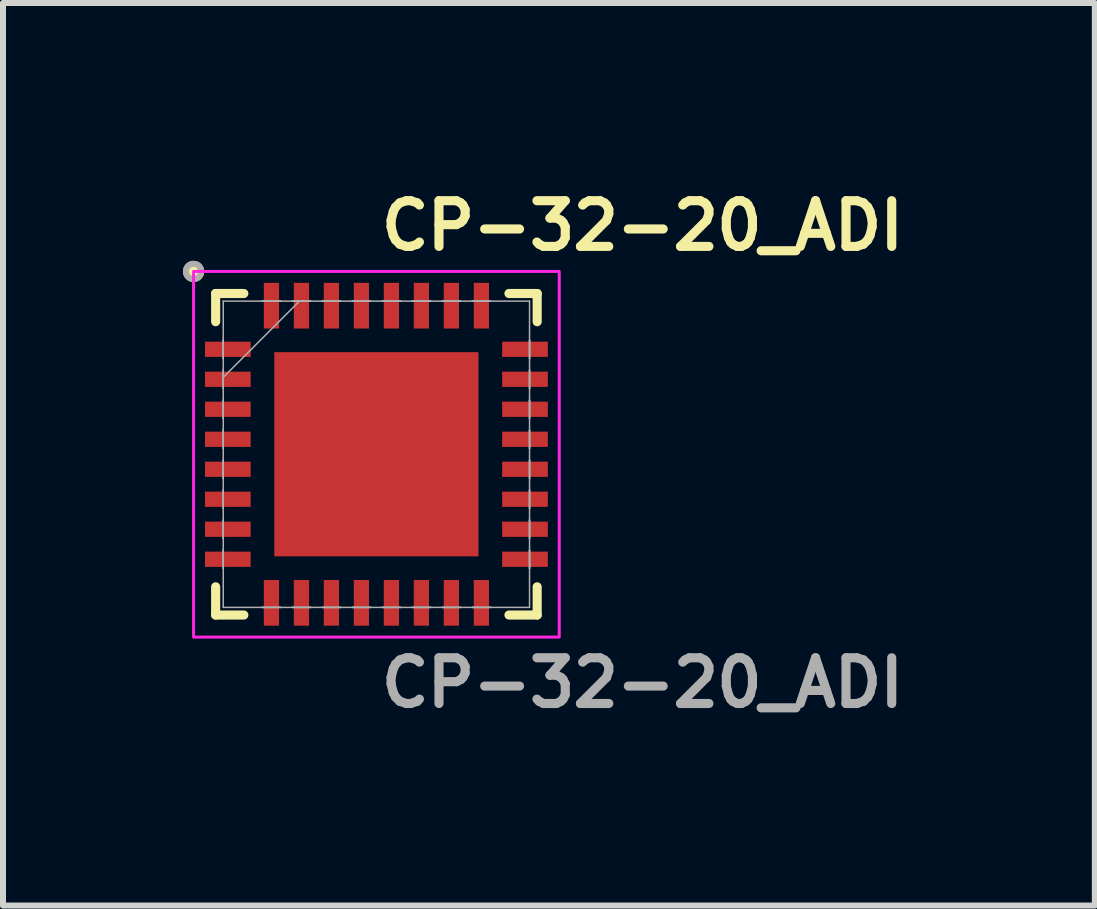
<source format=kicad_pcb>
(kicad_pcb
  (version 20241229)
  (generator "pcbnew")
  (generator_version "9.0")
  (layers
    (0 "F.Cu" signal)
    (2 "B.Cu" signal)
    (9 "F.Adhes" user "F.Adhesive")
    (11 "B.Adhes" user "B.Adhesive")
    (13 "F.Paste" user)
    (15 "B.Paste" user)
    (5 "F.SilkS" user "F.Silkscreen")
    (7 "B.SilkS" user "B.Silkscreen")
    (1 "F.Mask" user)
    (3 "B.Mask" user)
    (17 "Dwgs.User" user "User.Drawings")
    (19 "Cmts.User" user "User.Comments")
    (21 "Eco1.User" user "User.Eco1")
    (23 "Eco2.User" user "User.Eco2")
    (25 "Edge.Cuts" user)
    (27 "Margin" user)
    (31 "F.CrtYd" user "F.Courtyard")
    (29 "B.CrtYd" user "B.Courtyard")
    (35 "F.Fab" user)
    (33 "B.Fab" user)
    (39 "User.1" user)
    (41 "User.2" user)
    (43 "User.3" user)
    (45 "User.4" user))
  (footprint "CP-32-20_ADI"
    (layer "F.Cu")
    (at 3.225 4.523)
    (property "Reference" "CP-32-20_ADI" (at 0 -3.81 0) (unlocked yes) (layer "F.SilkS") (effects (font (size 0.762 0.762) (thickness 0.152) (bold yes)) (justify left)))
    (attr smd)
    (fp_line (start -2.68 -2.68) (end -2.68 -2.21) (stroke (width 0.152) (type solid)) (layer "F.SilkS"))
    (fp_line (start -2.68 2.21) (end -2.68 2.68) (stroke (width 0.152) (type solid)) (layer "F.SilkS"))
    (fp_line (start -2.68 2.68) (end -2.21 2.68) (stroke (width 0.152) (type solid)) (layer "F.SilkS"))
    (fp_line (start -2.21 -2.68) (end -2.68 -2.68) (stroke (width 0.152) (type solid)) (layer "F.SilkS"))
    (fp_line (start 2.21 2.68) (end 2.68 2.68) (stroke (width 0.152) (type solid)) (layer "F.SilkS"))
    (fp_line (start 2.68 -2.68) (end 2.21 -2.68) (stroke (width 0.152) (type solid)) (layer "F.SilkS"))
    (fp_line (start 2.68 -2.21) (end 2.68 -2.68) (stroke (width 0.152) (type solid)) (layer "F.SilkS"))
    (fp_line (start 2.68 2.68) (end 2.68 2.21) (stroke (width 0.152) (type solid)) (layer "F.SilkS"))
    (fp_circle (center -3.048 -3.048) (end -2.921 -3.048) (stroke (width 0.1) (type solid)) (fill yes) (layer "F.SilkS"))
    (fp_rect (start -3.048 -3.048) (end 3.048 3.048) (stroke (width 0.05) (type solid)) (fill no) (layer "F.CrtYd"))
    (fp_line (start -2.553 -2.553) (end -2.553 2.553) (stroke (width 0.025) (type solid)) (layer "F.Fab"))
    (fp_line (start -2.553 -1.902) (end -2.553 -1.902) (stroke (width 0.025) (type solid)) (layer "F.Fab"))
    (fp_line (start -2.553 -1.902) (end -2.553 -1.598) (stroke (width 0.025) (type solid)) (layer "F.Fab"))
    (fp_line (start -2.553 -1.598) (end -2.553 -1.902) (stroke (width 0.025) (type solid)) (layer "F.Fab"))
    (fp_line (start -2.553 -1.598) (end -2.553 -1.598) (stroke (width 0.025) (type solid)) (layer "F.Fab"))
    (fp_line (start -2.553 -1.402) (end -2.553 -1.402) (stroke (width 0.025) (type solid)) (layer "F.Fab"))
    (fp_line (start -2.553 -1.402) (end -2.553 -1.098) (stroke (width 0.025) (type solid)) (layer "F.Fab"))
    (fp_line (start -2.553 -1.283) (end -1.283 -2.553) (stroke (width 0.025) (type solid)) (layer "F.Fab"))
    (fp_line (start -2.553 -1.098) (end -2.553 -1.402) (stroke (width 0.025) (type solid)) (layer "F.Fab"))
    (fp_line (start -2.553 -1.098) (end -2.553 -1.098) (stroke (width 0.025) (type solid)) (layer "F.Fab"))
    (fp_line (start -2.553 -0.902) (end -2.553 -0.902) (stroke (width 0.025) (type solid)) (layer "F.Fab"))
    (fp_line (start -2.553 -0.902) (end -2.553 -0.598) (stroke (width 0.025) (type solid)) (layer "F.Fab"))
    (fp_line (start -2.553 -0.598) (end -2.553 -0.902) (stroke (width 0.025) (type solid)) (layer "F.Fab"))
    (fp_line (start -2.553 -0.598) (end -2.553 -0.598) (stroke (width 0.025) (type solid)) (layer "F.Fab"))
    (fp_line (start -2.553 -0.402) (end -2.553 -0.402) (stroke (width 0.025) (type solid)) (layer "F.Fab"))
    (fp_line (start -2.553 -0.402) (end -2.553 -0.098) (stroke (width 0.025) (type solid)) (layer "F.Fab"))
    (fp_line (start -2.553 -0.098) (end -2.553 -0.402) (stroke (width 0.025) (type solid)) (layer "F.Fab"))
    (fp_line (start -2.553 -0.098) (end -2.553 -0.098) (stroke (width 0.025) (type solid)) (layer "F.Fab"))
    (fp_line (start -2.553 0.098) (end -2.553 0.098) (stroke (width 0.025) (type solid)) (layer "F.Fab"))
    (fp_line (start -2.553 0.098) (end -2.553 0.402) (stroke (width 0.025) (type solid)) (layer "F.Fab"))
    (fp_line (start -2.553 0.402) (end -2.553 0.098) (stroke (width 0.025) (type solid)) (layer "F.Fab"))
    (fp_line (start -2.553 0.402) (end -2.553 0.402) (stroke (width 0.025) (type solid)) (layer "F.Fab"))
    (fp_line (start -2.553 0.598) (end -2.553 0.598) (stroke (width 0.025) (type solid)) (layer "F.Fab"))
    (fp_line (start -2.553 0.598) (end -2.553 0.902) (stroke (width 0.025) (type solid)) (layer "F.Fab"))
    (fp_line (start -2.553 0.902) (end -2.553 0.598) (stroke (width 0.025) (type solid)) (layer "F.Fab"))
    (fp_line (start -2.553 0.902) (end -2.553 0.902) (stroke (width 0.025) (type solid)) (layer "F.Fab"))
    (fp_line (start -2.553 1.098) (end -2.553 1.098) (stroke (width 0.025) (type solid)) (layer "F.Fab"))
    (fp_line (start -2.553 1.098) (end -2.553 1.402) (stroke (width 0.025) (type solid)) (layer "F.Fab"))
    (fp_line (start -2.553 1.402) (end -2.553 1.098) (stroke (width 0.025) (type solid)) (layer "F.Fab"))
    (fp_line (start -2.553 1.402) (end -2.553 1.402) (stroke (width 0.025) (type solid)) (layer "F.Fab"))
    (fp_line (start -2.553 1.598) (end -2.553 1.598) (stroke (width 0.025) (type solid)) (layer "F.Fab"))
    (fp_line (start -2.553 1.598) (end -2.553 1.902) (stroke (width 0.025) (type solid)) (layer "F.Fab"))
    (fp_line (start -2.553 1.902) (end -2.553 1.598) (stroke (width 0.025) (type solid)) (layer "F.Fab"))
    (fp_line (start -2.553 1.902) (end -2.553 1.902) (stroke (width 0.025) (type solid)) (layer "F.Fab"))
    (fp_line (start -2.553 2.553) (end 2.553 2.553) (stroke (width 0.025) (type solid)) (layer "F.Fab"))
    (fp_line (start -1.902 -2.553) (end -1.902 -2.553) (stroke (width 0.025) (type solid)) (layer "F.Fab"))
    (fp_line (start -1.902 -2.553) (end -1.598 -2.553) (stroke (width 0.025) (type solid)) (layer "F.Fab"))
    (fp_line (start -1.902 2.553) (end -1.902 2.553) (stroke (width 0.025) (type solid)) (layer "F.Fab"))
    (fp_line (start -1.902 2.553) (end -1.598 2.553) (stroke (width 0.025) (type solid)) (layer "F.Fab"))
    (fp_line (start -1.598 -2.553) (end -1.902 -2.553) (stroke (width 0.025) (type solid)) (layer "F.Fab"))
    (fp_line (start -1.598 -2.553) (end -1.598 -2.553) (stroke (width 0.025) (type solid)) (layer "F.Fab"))
    (fp_line (start -1.598 2.553) (end -1.902 2.553) (stroke (width 0.025) (type solid)) (layer "F.Fab"))
    (fp_line (start -1.598 2.553) (end -1.598 2.553) (stroke (width 0.025) (type solid)) (layer "F.Fab"))
    (fp_line (start -1.402 -2.553) (end -1.402 -2.553) (stroke (width 0.025) (type solid)) (layer "F.Fab"))
    (fp_line (start -1.402 -2.553) (end -1.098 -2.553) (stroke (width 0.025) (type solid)) (layer "F.Fab"))
    (fp_line (start -1.402 2.553) (end -1.402 2.553) (stroke (width 0.025) (type solid)) (layer "F.Fab"))
    (fp_line (start -1.402 2.553) (end -1.098 2.553) (stroke (width 0.025) (type solid)) (layer "F.Fab"))
    (fp_line (start -1.098 -2.553) (end -1.402 -2.553) (stroke (width 0.025) (type solid)) (layer "F.Fab"))
    (fp_line (start -1.098 -2.553) (end -1.098 -2.553) (stroke (width 0.025) (type solid)) (layer "F.Fab"))
    (fp_line (start -1.098 2.553) (end -1.402 2.553) (stroke (width 0.025) (type solid)) (layer "F.Fab"))
    (fp_line (start -1.098 2.553) (end -1.098 2.553) (stroke (width 0.025) (type solid)) (layer "F.Fab"))
    (fp_line (start -0.902 -2.553) (end -0.902 -2.553) (stroke (width 0.025) (type solid)) (layer "F.Fab"))
    (fp_line (start -0.902 -2.553) (end -0.598 -2.553) (stroke (width 0.025) (type solid)) (layer "F.Fab"))
    (fp_line (start -0.902 2.553) (end -0.902 2.553) (stroke (width 0.025) (type solid)) (layer "F.Fab"))
    (fp_line (start -0.902 2.553) (end -0.598 2.553) (stroke (width 0.025) (type solid)) (layer "F.Fab"))
    (fp_line (start -0.598 -2.553) (end -0.902 -2.553) (stroke (width 0.025) (type solid)) (layer "F.Fab"))
    (fp_line (start -0.598 -2.553) (end -0.598 -2.553) (stroke (width 0.025) (type solid)) (layer "F.Fab"))
    (fp_line (start -0.598 2.553) (end -0.902 2.553) (stroke (width 0.025) (type solid)) (layer "F.Fab"))
    (fp_line (start -0.598 2.553) (end -0.598 2.553) (stroke (width 0.025) (type solid)) (layer "F.Fab"))
    (fp_line (start -0.402 -2.553) (end -0.402 -2.553) (stroke (width 0.025) (type solid)) (layer "F.Fab"))
    (fp_line (start -0.402 -2.553) (end -0.098 -2.553) (stroke (width 0.025) (type solid)) (layer "F.Fab"))
    (fp_line (start -0.402 2.553) (end -0.402 2.553) (stroke (width 0.025) (type solid)) (layer "F.Fab"))
    (fp_line (start -0.402 2.553) (end -0.098 2.553) (stroke (width 0.025) (type solid)) (layer "F.Fab"))
    (fp_line (start -0.098 -2.553) (end -0.402 -2.553) (stroke (width 0.025) (type solid)) (layer "F.Fab"))
    (fp_line (start -0.098 -2.553) (end -0.098 -2.553) (stroke (width 0.025) (type solid)) (layer "F.Fab"))
    (fp_line (start -0.098 2.553) (end -0.402 2.553) (stroke (width 0.025) (type solid)) (layer "F.Fab"))
    (fp_line (start -0.098 2.553) (end -0.098 2.553) (stroke (width 0.025) (type solid)) (layer "F.Fab"))
    (fp_line (start 0.098 -2.553) (end 0.098 -2.553) (stroke (width 0.025) (type solid)) (layer "F.Fab"))
    (fp_line (start 0.098 -2.553) (end 0.402 -2.553) (stroke (width 0.025) (type solid)) (layer "F.Fab"))
    (fp_line (start 0.098 2.553) (end 0.098 2.553) (stroke (width 0.025) (type solid)) (layer "F.Fab"))
    (fp_line (start 0.098 2.553) (end 0.402 2.553) (stroke (width 0.025) (type solid)) (layer "F.Fab"))
    (fp_line (start 0.402 -2.553) (end 0.098 -2.553) (stroke (width 0.025) (type solid)) (layer "F.Fab"))
    (fp_line (start 0.402 -2.553) (end 0.402 -2.553) (stroke (width 0.025) (type solid)) (layer "F.Fab"))
    (fp_line (start 0.402 2.553) (end 0.098 2.553) (stroke (width 0.025) (type solid)) (layer "F.Fab"))
    (fp_line (start 0.402 2.553) (end 0.402 2.553) (stroke (width 0.025) (type solid)) (layer "F.Fab"))
    (fp_line (start 0.598 -2.553) (end 0.598 -2.553) (stroke (width 0.025) (type solid)) (layer "F.Fab"))
    (fp_line (start 0.598 -2.553) (end 0.902 -2.553) (stroke (width 0.025) (type solid)) (layer "F.Fab"))
    (fp_line (start 0.598 2.553) (end 0.598 2.553) (stroke (width 0.025) (type solid)) (layer "F.Fab"))
    (fp_line (start 0.598 2.553) (end 0.902 2.553) (stroke (width 0.025) (type solid)) (layer "F.Fab"))
    (fp_line (start 0.902 -2.553) (end 0.598 -2.553) (stroke (width 0.025) (type solid)) (layer "F.Fab"))
    (fp_line (start 0.902 -2.553) (end 0.902 -2.553) (stroke (width 0.025) (type solid)) (layer "F.Fab"))
    (fp_line (start 0.902 2.553) (end 0.598 2.553) (stroke (width 0.025) (type solid)) (layer "F.Fab"))
    (fp_line (start 0.902 2.553) (end 0.902 2.553) (stroke (width 0.025) (type solid)) (layer "F.Fab"))
    (fp_line (start 1.098 -2.553) (end 1.098 -2.553) (stroke (width 0.025) (type solid)) (layer "F.Fab"))
    (fp_line (start 1.098 -2.553) (end 1.402 -2.553) (stroke (width 0.025) (type solid)) (layer "F.Fab"))
    (fp_line (start 1.098 2.553) (end 1.098 2.553) (stroke (width 0.025) (type solid)) (layer "F.Fab"))
    (fp_line (start 1.098 2.553) (end 1.402 2.553) (stroke (width 0.025) (type solid)) (layer "F.Fab"))
    (fp_line (start 1.402 -2.553) (end 1.098 -2.553) (stroke (width 0.025) (type solid)) (layer "F.Fab"))
    (fp_line (start 1.402 -2.553) (end 1.402 -2.553) (stroke (width 0.025) (type solid)) (layer "F.Fab"))
    (fp_line (start 1.402 2.553) (end 1.098 2.553) (stroke (width 0.025) (type solid)) (layer "F.Fab"))
    (fp_line (start 1.402 2.553) (end 1.402 2.553) (stroke (width 0.025) (type solid)) (layer "F.Fab"))
    (fp_line (start 1.598 -2.553) (end 1.598 -2.553) (stroke (width 0.025) (type solid)) (layer "F.Fab"))
    (fp_line (start 1.598 -2.553) (end 1.902 -2.553) (stroke (width 0.025) (type solid)) (layer "F.Fab"))
    (fp_line (start 1.598 2.553) (end 1.598 2.553) (stroke (width 0.025) (type solid)) (layer "F.Fab"))
    (fp_line (start 1.598 2.553) (end 1.902 2.553) (stroke (width 0.025) (type solid)) (layer "F.Fab"))
    (fp_line (start 1.902 -2.553) (end 1.598 -2.553) (stroke (width 0.025) (type solid)) (layer "F.Fab"))
    (fp_line (start 1.902 -2.553) (end 1.902 -2.553) (stroke (width 0.025) (type solid)) (layer "F.Fab"))
    (fp_line (start 1.902 2.553) (end 1.598 2.553) (stroke (width 0.025) (type solid)) (layer "F.Fab"))
    (fp_line (start 1.902 2.553) (end 1.902 2.553) (stroke (width 0.025) (type solid)) (layer "F.Fab"))
    (fp_line (start 2.553 -2.553) (end -2.553 -2.553) (stroke (width 0.025) (type solid)) (layer "F.Fab"))
    (fp_line (start 2.553 -1.902) (end 2.553 -1.902) (stroke (width 0.025) (type solid)) (layer "F.Fab"))
    (fp_line (start 2.553 -1.902) (end 2.553 -1.598) (stroke (width 0.025) (type solid)) (layer "F.Fab"))
    (fp_line (start 2.553 -1.598) (end 2.553 -1.902) (stroke (width 0.025) (type solid)) (layer "F.Fab"))
    (fp_line (start 2.553 -1.598) (end 2.553 -1.598) (stroke (width 0.025) (type solid)) (layer "F.Fab"))
    (fp_line (start 2.553 -1.402) (end 2.553 -1.402) (stroke (width 0.025) (type solid)) (layer "F.Fab"))
    (fp_line (start 2.553 -1.402) (end 2.553 -1.098) (stroke (width 0.025) (type solid)) (layer "F.Fab"))
    (fp_line (start 2.553 -1.098) (end 2.553 -1.402) (stroke (width 0.025) (type solid)) (layer "F.Fab"))
    (fp_line (start 2.553 -1.098) (end 2.553 -1.098) (stroke (width 0.025) (type solid)) (layer "F.Fab"))
    (fp_line (start 2.553 -0.902) (end 2.553 -0.902) (stroke (width 0.025) (type solid)) (layer "F.Fab"))
    (fp_line (start 2.553 -0.902) (end 2.553 -0.598) (stroke (width 0.025) (type solid)) (layer "F.Fab"))
    (fp_line (start 2.553 -0.598) (end 2.553 -0.902) (stroke (width 0.025) (type solid)) (layer "F.Fab"))
    (fp_line (start 2.553 -0.598) (end 2.553 -0.598) (stroke (width 0.025) (type solid)) (layer "F.Fab"))
    (fp_line (start 2.553 -0.402) (end 2.553 -0.402) (stroke (width 0.025) (type solid)) (layer "F.Fab"))
    (fp_line (start 2.553 -0.402) (end 2.553 -0.098) (stroke (width 0.025) (type solid)) (layer "F.Fab"))
    (fp_line (start 2.553 -0.098) (end 2.553 -0.402) (stroke (width 0.025) (type solid)) (layer "F.Fab"))
    (fp_line (start 2.553 -0.098) (end 2.553 -0.098) (stroke (width 0.025) (type solid)) (layer "F.Fab"))
    (fp_line (start 2.553 0.098) (end 2.553 0.098) (stroke (width 0.025) (type solid)) (layer "F.Fab"))
    (fp_line (start 2.553 0.098) (end 2.553 0.402) (stroke (width 0.025) (type solid)) (layer "F.Fab"))
    (fp_line (start 2.553 0.402) (end 2.553 0.098) (stroke (width 0.025) (type solid)) (layer "F.Fab"))
    (fp_line (start 2.553 0.402) (end 2.553 0.402) (stroke (width 0.025) (type solid)) (layer "F.Fab"))
    (fp_line (start 2.553 0.598) (end 2.553 0.598) (stroke (width 0.025) (type solid)) (layer "F.Fab"))
    (fp_line (start 2.553 0.598) (end 2.553 0.902) (stroke (width 0.025) (type solid)) (layer "F.Fab"))
    (fp_line (start 2.553 0.902) (end 2.553 0.598) (stroke (width 0.025) (type solid)) (layer "F.Fab"))
    (fp_line (start 2.553 0.902) (end 2.553 0.902) (stroke (width 0.025) (type solid)) (layer "F.Fab"))
    (fp_line (start 2.553 1.098) (end 2.553 1.098) (stroke (width 0.025) (type solid)) (layer "F.Fab"))
    (fp_line (start 2.553 1.098) (end 2.553 1.402) (stroke (width 0.025) (type solid)) (layer "F.Fab"))
    (fp_line (start 2.553 1.402) (end 2.553 1.098) (stroke (width 0.025) (type solid)) (layer "F.Fab"))
    (fp_line (start 2.553 1.402) (end 2.553 1.402) (stroke (width 0.025) (type solid)) (layer "F.Fab"))
    (fp_line (start 2.553 1.598) (end 2.553 1.598) (stroke (width 0.025) (type solid)) (layer "F.Fab"))
    (fp_line (start 2.553 1.598) (end 2.553 1.902) (stroke (width 0.025) (type solid)) (layer "F.Fab"))
    (fp_line (start 2.553 1.902) (end 2.553 1.598) (stroke (width 0.025) (type solid)) (layer "F.Fab"))
    (fp_line (start 2.553 1.902) (end 2.553 1.902) (stroke (width 0.025) (type solid)) (layer "F.Fab"))
    (fp_line (start 2.553 2.553) (end 2.553 -2.553) (stroke (width 0.025) (type solid)) (layer "F.Fab"))
    (fp_circle (center -3.048 -3.048) (end -2.921 -3.048) (stroke (width 0.1) (type solid)) (fill no) (layer "F.Fab"))
    (fp_text user "${REFERENCE}" (at 0 3.81 0) (unlocked yes) (layer "F.Fab") (effects (font (size 0.762 0.762) (thickness 0.152) (bold yes)) (justify left)))
    (pad "1" smd rect (at -2.477 -1.75 90) (size 0.254 0.762) (layers "F.Cu" "F.Mask" "F.Paste"))
    (pad "2" smd rect (at -2.477 -1.25 90) (size 0.254 0.762) (layers "F.Cu" "F.Mask" "F.Paste"))
    (pad "3" smd rect (at -2.477 -0.75 90) (size 0.254 0.762) (layers "F.Cu" "F.Mask" "F.Paste"))
    (pad "4" smd rect (at -2.477 -0.25 90) (size 0.254 0.762) (layers "F.Cu" "F.Mask" "F.Paste"))
    (pad "5" smd rect (at -2.477 0.25 90) (size 0.254 0.762) (layers "F.Cu" "F.Mask" "F.Paste"))
    (pad "6" smd rect (at -2.477 0.75 90) (size 0.254 0.762) (layers "F.Cu" "F.Mask" "F.Paste"))
    (pad "7" smd rect (at -2.477 1.25 90) (size 0.254 0.762) (layers "F.Cu" "F.Mask" "F.Paste"))
    (pad "8" smd rect (at -2.477 1.75 90) (size 0.254 0.762) (layers "F.Cu" "F.Mask" "F.Paste"))
    (pad "9" smd rect (at -1.75 2.477) (size 0.254 0.762) (layers "F.Cu" "F.Mask" "F.Paste"))
    (pad "10" smd rect (at -1.25 2.477) (size 0.254 0.762) (layers "F.Cu" "F.Mask" "F.Paste"))
    (pad "11" smd rect (at -0.75 2.477) (size 0.254 0.762) (layers "F.Cu" "F.Mask" "F.Paste"))
    (pad "12" smd rect (at -0.25 2.477) (size 0.254 0.762) (layers "F.Cu" "F.Mask" "F.Paste"))
    (pad "13" smd rect (at 0.25 2.477) (size 0.254 0.762) (layers "F.Cu" "F.Mask" "F.Paste"))
    (pad "14" smd rect (at 0.75 2.477) (size 0.254 0.762) (layers "F.Cu" "F.Mask" "F.Paste"))
    (pad "15" smd rect (at 1.25 2.477) (size 0.254 0.762) (layers "F.Cu" "F.Mask" "F.Paste"))
    (pad "16" smd rect (at 1.75 2.477) (size 0.254 0.762) (layers "F.Cu" "F.Mask" "F.Paste"))
    (pad "17" smd rect (at 2.477 1.75 90) (size 0.254 0.762) (layers "F.Cu" "F.Mask" "F.Paste"))
    (pad "18" smd rect (at 2.477 1.25 90) (size 0.254 0.762) (layers "F.Cu" "F.Mask" "F.Paste"))
    (pad "19" smd rect (at 2.477 0.75 90) (size 0.254 0.762) (layers "F.Cu" "F.Mask" "F.Paste"))
    (pad "20" smd rect (at 2.477 0.25 90) (size 0.254 0.762) (layers "F.Cu" "F.Mask" "F.Paste"))
    (pad "21" smd rect (at 2.477 -0.25 90) (size 0.254 0.762) (layers "F.Cu" "F.Mask" "F.Paste"))
    (pad "22" smd rect (at 2.477 -0.75 90) (size 0.254 0.762) (layers "F.Cu" "F.Mask" "F.Paste"))
    (pad "23" smd rect (at 2.477 -1.25 90) (size 0.254 0.762) (layers "F.Cu" "F.Mask" "F.Paste"))
    (pad "24" smd rect (at 2.477 -1.75 90) (size 0.254 0.762) (layers "F.Cu" "F.Mask" "F.Paste"))
    (pad "25" smd rect (at 1.75 -2.477) (size 0.254 0.762) (layers "F.Cu" "F.Mask" "F.Paste"))
    (pad "26" smd rect (at 1.25 -2.477) (size 0.254 0.762) (layers "F.Cu" "F.Mask" "F.Paste"))
    (pad "27" smd rect (at 0.75 -2.477) (size 0.254 0.762) (layers "F.Cu" "F.Mask" "F.Paste"))
    (pad "28" smd rect (at 0.25 -2.477) (size 0.254 0.762) (layers "F.Cu" "F.Mask" "F.Paste"))
    (pad "29" smd rect (at -0.25 -2.477) (size 0.254 0.762) (layers "F.Cu" "F.Mask" "F.Paste"))
    (pad "30" smd rect (at -0.75 -2.477) (size 0.254 0.762) (layers "F.Cu" "F.Mask" "F.Paste"))
    (pad "31" smd rect (at -1.25 -2.477) (size 0.254 0.762) (layers "F.Cu" "F.Mask" "F.Paste"))
    (pad "32" smd rect (at -1.75 -2.477) (size 0.254 0.762) (layers "F.Cu" "F.Mask" "F.Paste"))
    (pad "33" smd rect (at 0 0) (size 3.404 3.404) (layers "F.Cu" "F.Mask" "F.Paste")))
  (gr_rect
    (start -3 -3)
    (end 15.202 12.046)
    (stroke (width 0.1) (type default))
    (fill no)
    (layer "Edge.Cuts")))
</source>
